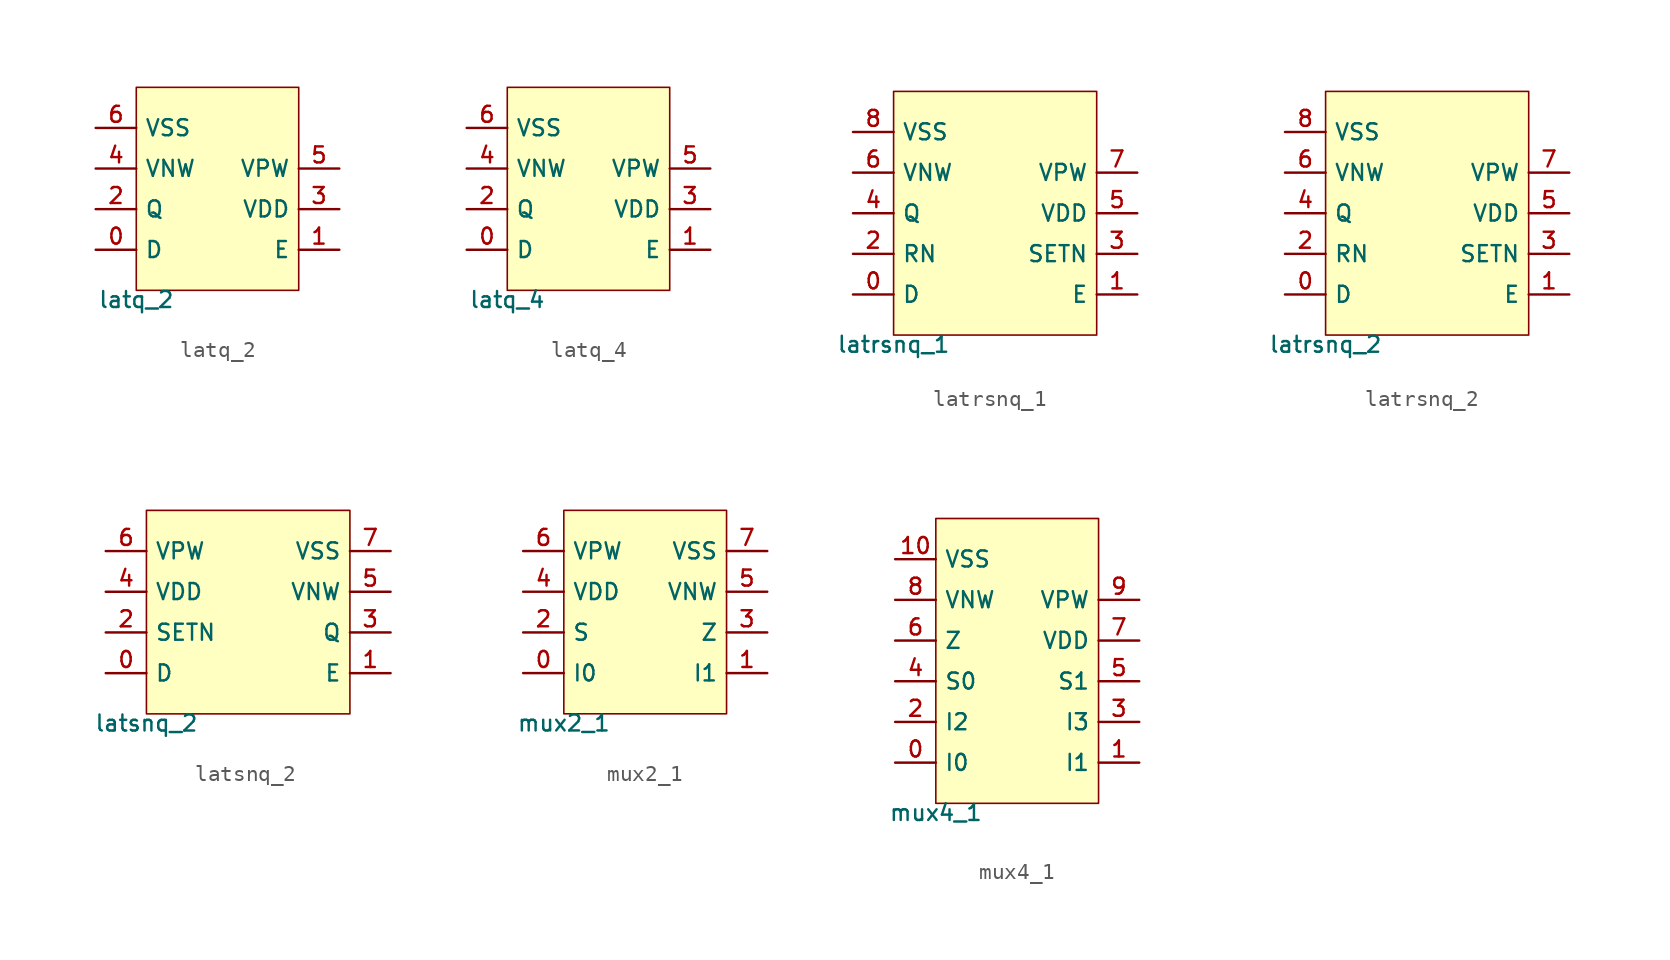
<source format=kicad_sym>
(kicad_symbol_lib
  (version 20211014)
  (generator pdk2kicad)
  (symbol "latq_2"
    (property "Reference" "X"
      (at 0 0 0)
      (effects (font (size 1 1)) hide))
    (property "Value" "latq_2"
      (at -5.08 -6.35 0)
      (effects (font (size 1 1)) (justify top)))
    (rectangle
      (start -5.08 -6.35)
      (end 5.08 6.35)
      (stroke (width 0.1) (type solid) (color 0 0 0 0))
      (fill (type background)))
    (pin bidirectional line
      (at -7.62 -3.81 0)
      (length 2.54)
      (name "D" (effects (font (size 1 1)) hide))
      (number "0" (effects (font (size 1 1)) hide)))
    (pin bidirectional line
      (at 7.62 -3.81 180)
      (length 2.54)
      (name "E" (effects (font (size 1 1)) hide))
      (number "1" (effects (font (size 1 1)) hide)))
    (pin bidirectional line
      (at -7.62 -1.27 0)
      (length 2.54)
      (name "Q" (effects (font (size 1 1)) hide))
      (number "2" (effects (font (size 1 1)) hide)))
    (pin bidirectional line
      (at 7.62 -1.27 180)
      (length 2.54)
      (name "VDD" (effects (font (size 1 1)) hide))
      (number "3" (effects (font (size 1 1)) hide)))
    (pin bidirectional line
      (at -7.62 1.27 0)
      (length 2.54)
      (name "VNW" (effects (font (size 1 1)) hide))
      (number "4" (effects (font (size 1 1)) hide)))
    (pin bidirectional line
      (at 7.62 1.27 180)
      (length 2.54)
      (name "VPW" (effects (font (size 1 1)) hide))
      (number "5" (effects (font (size 1 1)) hide)))
    (pin bidirectional line
      (at -7.62 3.81 0)
      (length 2.54)
      (name "VSS" (effects (font (size 1 1)) hide))
      (number "6" (effects (font (size 1 1)) hide))))
  (symbol "latq_4"
    (property "Reference" "X"
      (at 0 0 0)
      (effects (font (size 1 1)) hide))
    (property "Value" "latq_4"
      (at -5.08 -6.35 0)
      (effects (font (size 1 1)) (justify top)))
    (rectangle
      (start -5.08 -6.35)
      (end 5.08 6.35)
      (stroke (width 0.1) (type solid) (color 0 0 0 0))
      (fill (type background)))
    (pin bidirectional line
      (at -7.62 -3.81 0)
      (length 2.54)
      (name "D" (effects (font (size 1 1)) hide))
      (number "0" (effects (font (size 1 1)) hide)))
    (pin bidirectional line
      (at 7.62 -3.81 180)
      (length 2.54)
      (name "E" (effects (font (size 1 1)) hide))
      (number "1" (effects (font (size 1 1)) hide)))
    (pin bidirectional line
      (at -7.62 -1.27 0)
      (length 2.54)
      (name "Q" (effects (font (size 1 1)) hide))
      (number "2" (effects (font (size 1 1)) hide)))
    (pin bidirectional line
      (at 7.62 -1.27 180)
      (length 2.54)
      (name "VDD" (effects (font (size 1 1)) hide))
      (number "3" (effects (font (size 1 1)) hide)))
    (pin bidirectional line
      (at -7.62 1.27 0)
      (length 2.54)
      (name "VNW" (effects (font (size 1 1)) hide))
      (number "4" (effects (font (size 1 1)) hide)))
    (pin bidirectional line
      (at 7.62 1.27 180)
      (length 2.54)
      (name "VPW" (effects (font (size 1 1)) hide))
      (number "5" (effects (font (size 1 1)) hide)))
    (pin bidirectional line
      (at -7.62 3.81 0)
      (length 2.54)
      (name "VSS" (effects (font (size 1 1)) hide))
      (number "6" (effects (font (size 1 1)) hide))))
  (symbol "latrsnq_1"
    (property "Reference" "X"
      (at 0 0 0)
      (effects (font (size 1 1)) hide))
    (property "Value" "latrsnq_1"
      (at -6.35 -7.62 0)
      (effects (font (size 1 1)) (justify top)))
    (rectangle
      (start -6.35 -7.62)
      (end 6.35 7.62)
      (stroke (width 0.1) (type solid) (color 0 0 0 0))
      (fill (type background)))
    (pin bidirectional line
      (at -8.89 -5.08 0)
      (length 2.54)
      (name "D" (effects (font (size 1 1)) hide))
      (number "0" (effects (font (size 1 1)) hide)))
    (pin bidirectional line
      (at 8.89 -5.08 180)
      (length 2.54)
      (name "E" (effects (font (size 1 1)) hide))
      (number "1" (effects (font (size 1 1)) hide)))
    (pin bidirectional line
      (at -8.89 -2.54 0)
      (length 2.54)
      (name "RN" (effects (font (size 1 1)) hide))
      (number "2" (effects (font (size 1 1)) hide)))
    (pin bidirectional line
      (at 8.89 -2.54 180)
      (length 2.54)
      (name "SETN" (effects (font (size 1 1)) hide))
      (number "3" (effects (font (size 1 1)) hide)))
    (pin bidirectional line
      (at -8.89 8.881784197001252e-16 0)
      (length 2.54)
      (name "Q" (effects (font (size 1 1)) hide))
      (number "4" (effects (font (size 1 1)) hide)))
    (pin bidirectional line
      (at 8.89 8.881784197001252e-16 180)
      (length 2.54)
      (name "VDD" (effects (font (size 1 1)) hide))
      (number "5" (effects (font (size 1 1)) hide)))
    (pin bidirectional line
      (at -8.89 2.54 0)
      (length 2.54)
      (name "VNW" (effects (font (size 1 1)) hide))
      (number "6" (effects (font (size 1 1)) hide)))
    (pin bidirectional line
      (at 8.89 2.54 180)
      (length 2.54)
      (name "VPW" (effects (font (size 1 1)) hide))
      (number "7" (effects (font (size 1 1)) hide)))
    (pin bidirectional line
      (at -8.89 5.08 0)
      (length 2.54)
      (name "VSS" (effects (font (size 1 1)) hide))
      (number "8" (effects (font (size 1 1)) hide))))
  (symbol "latrsnq_2"
    (property "Reference" "X"
      (at 0 0 0)
      (effects (font (size 1 1)) hide))
    (property "Value" "latrsnq_2"
      (at -6.35 -7.62 0)
      (effects (font (size 1 1)) (justify top)))
    (rectangle
      (start -6.35 -7.62)
      (end 6.35 7.62)
      (stroke (width 0.1) (type solid) (color 0 0 0 0))
      (fill (type background)))
    (pin bidirectional line
      (at -8.89 -5.08 0)
      (length 2.54)
      (name "D" (effects (font (size 1 1)) hide))
      (number "0" (effects (font (size 1 1)) hide)))
    (pin bidirectional line
      (at 8.89 -5.08 180)
      (length 2.54)
      (name "E" (effects (font (size 1 1)) hide))
      (number "1" (effects (font (size 1 1)) hide)))
    (pin bidirectional line
      (at -8.89 -2.54 0)
      (length 2.54)
      (name "RN" (effects (font (size 1 1)) hide))
      (number "2" (effects (font (size 1 1)) hide)))
    (pin bidirectional line
      (at 8.89 -2.54 180)
      (length 2.54)
      (name "SETN" (effects (font (size 1 1)) hide))
      (number "3" (effects (font (size 1 1)) hide)))
    (pin bidirectional line
      (at -8.89 8.881784197001252e-16 0)
      (length 2.54)
      (name "Q" (effects (font (size 1 1)) hide))
      (number "4" (effects (font (size 1 1)) hide)))
    (pin bidirectional line
      (at 8.89 8.881784197001252e-16 180)
      (length 2.54)
      (name "VDD" (effects (font (size 1 1)) hide))
      (number "5" (effects (font (size 1 1)) hide)))
    (pin bidirectional line
      (at -8.89 2.54 0)
      (length 2.54)
      (name "VNW" (effects (font (size 1 1)) hide))
      (number "6" (effects (font (size 1 1)) hide)))
    (pin bidirectional line
      (at 8.89 2.54 180)
      (length 2.54)
      (name "VPW" (effects (font (size 1 1)) hide))
      (number "7" (effects (font (size 1 1)) hide)))
    (pin bidirectional line
      (at -8.89 5.08 0)
      (length 2.54)
      (name "VSS" (effects (font (size 1 1)) hide))
      (number "8" (effects (font (size 1 1)) hide))))
  (symbol "latsnq_2"
    (property "Reference" "X"
      (at 0 0 0)
      (effects (font (size 1 1)) hide))
    (property "Value" "latsnq_2"
      (at -6.35 -6.35 0)
      (effects (font (size 1 1)) (justify top)))
    (rectangle
      (start -6.35 -6.35)
      (end 6.35 6.35)
      (stroke (width 0.1) (type solid) (color 0 0 0 0))
      (fill (type background)))
    (pin bidirectional line
      (at -8.89 -3.81 0)
      (length 2.54)
      (name "D" (effects (font (size 1 1)) hide))
      (number "0" (effects (font (size 1 1)) hide)))
    (pin bidirectional line
      (at 8.89 -3.81 180)
      (length 2.54)
      (name "E" (effects (font (size 1 1)) hide))
      (number "1" (effects (font (size 1 1)) hide)))
    (pin bidirectional line
      (at -8.89 -1.27 0)
      (length 2.54)
      (name "SETN" (effects (font (size 1 1)) hide))
      (number "2" (effects (font (size 1 1)) hide)))
    (pin bidirectional line
      (at 8.89 -1.27 180)
      (length 2.54)
      (name "Q" (effects (font (size 1 1)) hide))
      (number "3" (effects (font (size 1 1)) hide)))
    (pin bidirectional line
      (at -8.89 1.27 0)
      (length 2.54)
      (name "VDD" (effects (font (size 1 1)) hide))
      (number "4" (effects (font (size 1 1)) hide)))
    (pin bidirectional line
      (at 8.89 1.27 180)
      (length 2.54)
      (name "VNW" (effects (font (size 1 1)) hide))
      (number "5" (effects (font (size 1 1)) hide)))
    (pin bidirectional line
      (at -8.89 3.81 0)
      (length 2.54)
      (name "VPW" (effects (font (size 1 1)) hide))
      (number "6" (effects (font (size 1 1)) hide)))
    (pin bidirectional line
      (at 8.89 3.81 180)
      (length 2.54)
      (name "VSS" (effects (font (size 1 1)) hide))
      (number "7" (effects (font (size 1 1)) hide))))
  (symbol "mux2_1"
    (property "Reference" "X"
      (at 0 0 0)
      (effects (font (size 1 1)) hide))
    (property "Value" "mux2_1"
      (at -5.08 -6.35 0)
      (effects (font (size 1 1)) (justify top)))
    (rectangle
      (start -5.08 -6.35)
      (end 5.08 6.35)
      (stroke (width 0.1) (type solid) (color 0 0 0 0))
      (fill (type background)))
    (pin bidirectional line
      (at -7.62 -3.81 0)
      (length 2.54)
      (name "I0" (effects (font (size 1 1)) hide))
      (number "0" (effects (font (size 1 1)) hide)))
    (pin bidirectional line
      (at 7.62 -3.81 180)
      (length 2.54)
      (name "I1" (effects (font (size 1 1)) hide))
      (number "1" (effects (font (size 1 1)) hide)))
    (pin bidirectional line
      (at -7.62 -1.27 0)
      (length 2.54)
      (name "S" (effects (font (size 1 1)) hide))
      (number "2" (effects (font (size 1 1)) hide)))
    (pin bidirectional line
      (at 7.62 -1.27 180)
      (length 2.54)
      (name "Z" (effects (font (size 1 1)) hide))
      (number "3" (effects (font (size 1 1)) hide)))
    (pin bidirectional line
      (at -7.62 1.27 0)
      (length 2.54)
      (name "VDD" (effects (font (size 1 1)) hide))
      (number "4" (effects (font (size 1 1)) hide)))
    (pin bidirectional line
      (at 7.62 1.27 180)
      (length 2.54)
      (name "VNW" (effects (font (size 1 1)) hide))
      (number "5" (effects (font (size 1 1)) hide)))
    (pin bidirectional line
      (at -7.62 3.81 0)
      (length 2.54)
      (name "VPW" (effects (font (size 1 1)) hide))
      (number "6" (effects (font (size 1 1)) hide)))
    (pin bidirectional line
      (at 7.62 3.81 180)
      (length 2.54)
      (name "VSS" (effects (font (size 1 1)) hide))
      (number "7" (effects (font (size 1 1)) hide))))
  (symbol "mux4_1"
    (property "Reference" "X"
      (at 0 0 0)
      (effects (font (size 1 1)) hide))
    (property "Value" "mux4_1"
      (at -5.08 -8.89 0)
      (effects (font (size 1 1)) (justify top)))
    (rectangle
      (start -5.08 -8.89)
      (end 5.08 8.89)
      (stroke (width 0.1) (type solid) (color 0 0 0 0))
      (fill (type background)))
    (pin bidirectional line
      (at -7.62 -6.35 0)
      (length 2.54)
      (name "I0" (effects (font (size 1 1)) hide))
      (number "0" (effects (font (size 1 1)) hide)))
    (pin bidirectional line
      (at 7.62 -6.35 180)
      (length 2.54)
      (name "I1" (effects (font (size 1 1)) hide))
      (number "1" (effects (font (size 1 1)) hide)))
    (pin bidirectional line
      (at -7.62 -3.81 0)
      (length 2.54)
      (name "I2" (effects (font (size 1 1)) hide))
      (number "2" (effects (font (size 1 1)) hide)))
    (pin bidirectional line
      (at 7.62 -3.81 180)
      (length 2.54)
      (name "I3" (effects (font (size 1 1)) hide))
      (number "3" (effects (font (size 1 1)) hide)))
    (pin bidirectional line
      (at -7.62 -1.27 0)
      (length 2.54)
      (name "S0" (effects (font (size 1 1)) hide))
      (number "4" (effects (font (size 1 1)) hide)))
    (pin bidirectional line
      (at 7.62 -1.27 180)
      (length 2.54)
      (name "S1" (effects (font (size 1 1)) hide))
      (number "5" (effects (font (size 1 1)) hide)))
    (pin bidirectional line
      (at -7.62 1.27 0)
      (length 2.54)
      (name "Z" (effects (font (size 1 1)) hide))
      (number "6" (effects (font (size 1 1)) hide)))
    (pin bidirectional line
      (at 7.62 1.27 180)
      (length 2.54)
      (name "VDD" (effects (font (size 1 1)) hide))
      (number "7" (effects (font (size 1 1)) hide)))
    (pin bidirectional line
      (at -7.62 3.81 0)
      (length 2.54)
      (name "VNW" (effects (font (size 1 1)) hide))
      (number "8" (effects (font (size 1 1)) hide)))
    (pin bidirectional line
      (at 7.62 3.81 180)
      (length 2.54)
      (name "VPW" (effects (font (size 1 1)) hide))
      (number "9" (effects (font (size 1 1)) hide)))
    (pin bidirectional line
      (at -7.62 6.35 0)
      (length 2.54)
      (name "VSS" (effects (font (size 1 1)) hide))
      (number "10" (effects (font (size 1 1)) hide)))))
</source>
